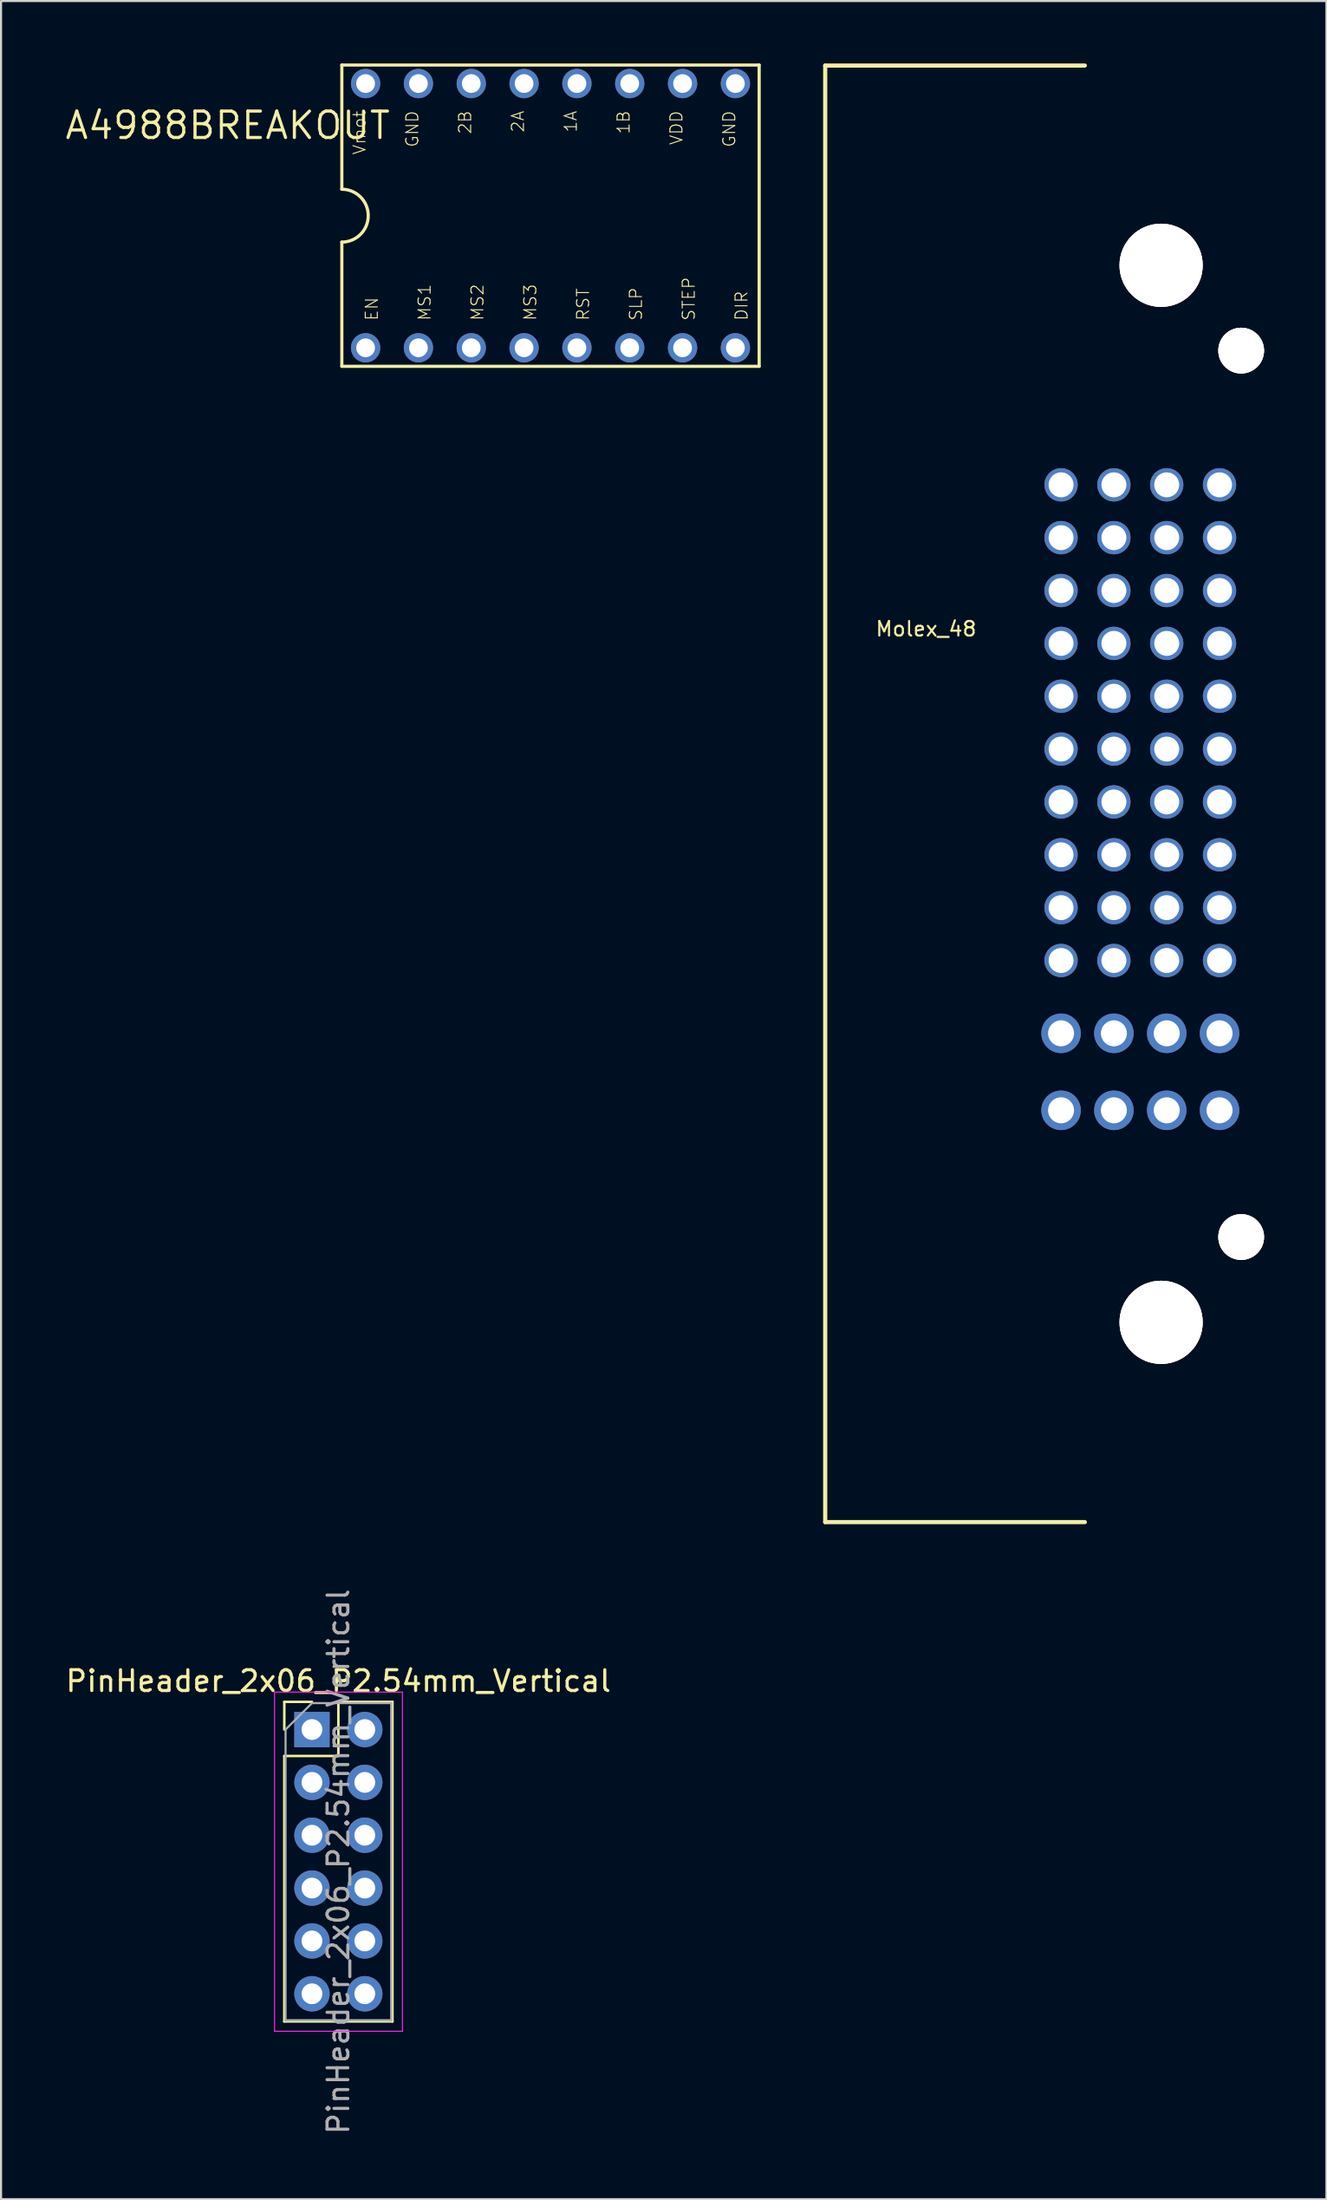
<source format=kicad_pcb>
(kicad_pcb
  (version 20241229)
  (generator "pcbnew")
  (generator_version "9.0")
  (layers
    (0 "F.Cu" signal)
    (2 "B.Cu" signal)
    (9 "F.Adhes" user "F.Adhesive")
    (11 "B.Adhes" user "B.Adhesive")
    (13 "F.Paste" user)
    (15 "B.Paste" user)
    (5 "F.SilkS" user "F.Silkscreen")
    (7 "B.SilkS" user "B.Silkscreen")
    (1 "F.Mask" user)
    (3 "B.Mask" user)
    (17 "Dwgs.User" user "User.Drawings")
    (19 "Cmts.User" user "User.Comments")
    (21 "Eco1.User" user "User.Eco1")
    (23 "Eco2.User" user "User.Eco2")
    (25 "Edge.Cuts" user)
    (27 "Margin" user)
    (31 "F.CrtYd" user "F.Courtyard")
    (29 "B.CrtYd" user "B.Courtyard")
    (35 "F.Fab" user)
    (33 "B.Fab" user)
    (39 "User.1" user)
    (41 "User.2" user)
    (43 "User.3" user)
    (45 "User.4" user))
  (footprint "Molex_48"
    (layer "F.Cu")
    (at 51.778 35.1)
    (property "Reference" "Molex_48" (at -10.3 -7.925 0) (layer "F.SilkS") (effects (font (size 0.7 0.7) (thickness 0.1))))
    (attr through_hole)
    (fp_line (start -15.15 -35) (end -15.15 35) (stroke (width 0.2) (type solid)) (layer "F.SilkS"))
    (fp_line (start -15.15 -35) (end -2.667 -35) (stroke (width 0.2) (type solid)) (layer "F.SilkS"))
    (fp_line (start -15.15 35) (end -2.667 35) (stroke (width 0.2) (type solid)) (layer "F.SilkS"))
    (pad "" thru_hole circle (at 1 -25.4) (size 4 4) (drill 4) (layers "*.Cu" "*.Mask" "F.SilkS"))
    (pad "" thru_hole circle (at 1 25.4) (size 4 4) (drill 4) (layers "*.Cu" "*.Mask" "F.SilkS"))
    (pad "" thru_hole circle (at 4.85 -21.3) (size 2.2 2.2) (drill 2.2) (layers "*.Cu" "*.Mask" "F.SilkS"))
    (pad "" thru_hole circle (at 4.85 21.3) (size 2.2 2.2) (drill 2.2) (layers "*.Cu" "*.Mask" "F.SilkS"))
    (pad "1" thru_hole circle (at -3.81 15.21) (size 1.9 1.9) (drill 1.25) (layers "*.Cu" "*.Mask"))
    (pad "2" thru_hole circle (at -1.27 15.21) (size 1.9 1.9) (drill 1.25) (layers "*.Cu" "*.Mask"))
    (pad "3" thru_hole circle (at 1.27 15.21) (size 1.9 1.9) (drill 1.25) (layers "*.Cu" "*.Mask"))
    (pad "4" thru_hole circle (at 3.81 15.21) (size 1.9 1.9) (drill 1.25) (layers "*.Cu" "*.Mask"))
    (pad "5" thru_hole circle (at -3.81 11.51) (size 1.9 1.9) (drill 1.25) (layers "*.Cu" "*.Mask"))
    (pad "6" thru_hole circle (at -1.27 11.51) (size 1.9 1.9) (drill 1.25) (layers "*.Cu" "*.Mask"))
    (pad "7" thru_hole circle (at 1.27 11.51) (size 1.9 1.9) (drill 1.25) (layers "*.Cu" "*.Mask"))
    (pad "8" thru_hole circle (at 3.81 11.51) (size 1.9 1.9) (drill 1.25) (layers "*.Cu" "*.Mask"))
    (pad "9" thru_hole circle (at -3.81 8.01) (size 1.6 1.6) (drill 1.2) (layers "*.Cu" "*.Mask"))
    (pad "10" thru_hole circle (at -1.27 8.01) (size 1.6 1.6) (drill 1.2) (layers "*.Cu" "*.Mask"))
    (pad "11" thru_hole circle (at 1.27 8.01) (size 1.6 1.6) (drill 1.2) (layers "*.Cu" "*.Mask"))
    (pad "12" thru_hole circle (at 3.81 8.01) (size 1.6 1.6) (drill 1.2) (layers "*.Cu" "*.Mask"))
    (pad "13" thru_hole circle (at -3.81 5.47) (size 1.6 1.6) (drill 1.2) (layers "*.Cu" "*.Mask"))
    (pad "14" thru_hole circle (at -1.27 5.47) (size 1.6 1.6) (drill 1.2) (layers "*.Cu" "*.Mask"))
    (pad "15" thru_hole circle (at 1.27 5.47) (size 1.6 1.6) (drill 1.2) (layers "*.Cu" "*.Mask"))
    (pad "16" thru_hole circle (at 3.81 5.47) (size 1.6 1.6) (drill 1.2) (layers "*.Cu" "*.Mask"))
    (pad "17" thru_hole circle (at -3.81 2.93) (size 1.6 1.6) (drill 1.2) (layers "*.Cu" "*.Mask"))
    (pad "18" thru_hole circle (at -1.27 2.93) (size 1.6 1.6) (drill 1.2) (layers "*.Cu" "*.Mask"))
    (pad "19" thru_hole circle (at 1.27 2.93) (size 1.6 1.6) (drill 1.2) (layers "*.Cu" "*.Mask"))
    (pad "20" thru_hole circle (at 3.81 2.93) (size 1.6 1.6) (drill 1.2) (layers "*.Cu" "*.Mask"))
    (pad "21" thru_hole circle (at -3.81 0.39) (size 1.6 1.6) (drill 1.2) (layers "*.Cu" "*.Mask"))
    (pad "22" thru_hole circle (at -1.27 0.39) (size 1.6 1.6) (drill 1.2) (layers "*.Cu" "*.Mask"))
    (pad "23" thru_hole circle (at 1.27 0.39) (size 1.6 1.6) (drill 1.2) (layers "*.Cu" "*.Mask"))
    (pad "24" thru_hole circle (at 3.81 0.39) (size 1.6 1.6) (drill 1.2) (layers "*.Cu" "*.Mask"))
    (pad "25" thru_hole circle (at -3.81 -2.15) (size 1.6 1.6) (drill 1.2) (layers "*.Cu" "*.Mask"))
    (pad "26" thru_hole circle (at -1.27 -2.15) (size 1.6 1.6) (drill 1.2) (layers "*.Cu" "*.Mask"))
    (pad "27" thru_hole circle (at 1.27 -2.15) (size 1.6 1.6) (drill 1.2) (layers "*.Cu" "*.Mask"))
    (pad "28" thru_hole circle (at 3.81 -2.15) (size 1.6 1.6) (drill 1.2) (layers "*.Cu" "*.Mask"))
    (pad "29" thru_hole circle (at -3.81 -4.69) (size 1.6 1.6) (drill 1.2) (layers "*.Cu" "*.Mask"))
    (pad "30" thru_hole circle (at -1.27 -4.69) (size 1.6 1.6) (drill 1.2) (layers "*.Cu" "*.Mask"))
    (pad "31" thru_hole circle (at 1.27 -4.69) (size 1.6 1.6) (drill 1.2) (layers "*.Cu" "*.Mask"))
    (pad "32" thru_hole circle (at 3.81 -4.69) (size 1.6 1.6) (drill 1.2) (layers "*.Cu" "*.Mask"))
    (pad "33" thru_hole circle (at -3.81 -7.23) (size 1.6 1.6) (drill 1.2) (layers "*.Cu" "*.Mask"))
    (pad "34" thru_hole circle (at -1.27 -7.23) (size 1.6 1.6) (drill 1.2) (layers "*.Cu" "*.Mask"))
    (pad "35" thru_hole circle (at 1.27 -7.23) (size 1.6 1.6) (drill 1.2) (layers "*.Cu" "*.Mask"))
    (pad "36" thru_hole circle (at 3.81 -7.23) (size 1.6 1.6) (drill 1.2) (layers "*.Cu" "*.Mask"))
    (pad "37" thru_hole circle (at -3.81 -9.77) (size 1.6 1.6) (drill 1.2) (layers "*.Cu" "*.Mask"))
    (pad "38" thru_hole circle (at -1.27 -9.77) (size 1.6 1.6) (drill 1.2) (layers "*.Cu" "*.Mask"))
    (pad "39" thru_hole circle (at 1.27 -9.77) (size 1.6 1.6) (drill 1.2) (layers "*.Cu" "*.Mask"))
    (pad "40" thru_hole circle (at 3.81 -9.77) (size 1.6 1.6) (drill 1.2) (layers "*.Cu" "*.Mask"))
    (pad "41" thru_hole circle (at -3.81 -12.31) (size 1.6 1.6) (drill 1.2) (layers "*.Cu" "*.Mask"))
    (pad "42" thru_hole circle (at -1.27 -12.31) (size 1.6 1.6) (drill 1.2) (layers "*.Cu" "*.Mask"))
    (pad "43" thru_hole circle (at 1.27 -12.31) (size 1.6 1.6) (drill 1.2) (layers "*.Cu" "*.Mask"))
    (pad "44" thru_hole circle (at 3.81 -12.31) (size 1.6 1.6) (drill 1.2) (layers "*.Cu" "*.Mask"))
    (pad "45" thru_hole circle (at -3.81 -14.85) (size 1.6 1.6) (drill 1.2) (layers "*.Cu" "*.Mask"))
    (pad "46" thru_hole circle (at -1.27 -14.85) (size 1.6 1.6) (drill 1.2) (layers "*.Cu" "*.Mask"))
    (pad "47" thru_hole circle (at 1.27 -14.85) (size 1.6 1.6) (drill 1.2) (layers "*.Cu" "*.Mask"))
    (pad "48" thru_hole circle (at 3.81 -14.85) (size 1.6 1.6) (drill 1.2) (layers "*.Cu" "*.Mask")))
  (footprint "A4988BREAKOUT"
    (layer "F.Cu")
    (at 15.799 2.235)
    (property "Reference" "A4988BREAKOUT" (at 0 0 0) (layer "F.SilkS") (effects (font (size 1.27 1.27) (thickness 0.15)) (justify right top)))
    (attr through_hole)
    (fp_line (start -2.413 -2.159) (end -2.413 3.81) (stroke (width 0.152) (type solid)) (layer "F.SilkS"))
    (fp_line (start -2.413 -2.159) (end 17.653 -2.159) (stroke (width 0.152) (type solid)) (layer "F.SilkS"))
    (fp_line (start -2.413 6.35) (end -2.413 12.319) (stroke (width 0.152) (type solid)) (layer "F.SilkS"))
    (fp_line (start -2.413 12.319) (end 17.653 12.319) (stroke (width 0.152) (type solid)) (layer "F.SilkS"))
    (fp_line (start 17.653 12.319) (end 17.653 -2.159) (stroke (width 0.152) (type solid)) (layer "F.SilkS"))
    (fp_arc (start -2.413 3.81) (mid -1.143 5.08) (end -2.413 6.35) (stroke (width 0.1524) (type solid)) (layer "F.SilkS"))
    (fp_text user "SLP" (at 12.065 10.16 90) (layer "F.SilkS") (effects (font (size 0.579 0.579) (thickness 0.049)) (justify left bottom)))
    (fp_text user "MS2" (at 4.445 10.16 90) (layer "F.SilkS") (effects (font (size 0.579 0.579) (thickness 0.049)) (justify left bottom)))
    (fp_text user "RST" (at 9.525 10.16 90) (layer "F.SilkS") (effects (font (size 0.579 0.579) (thickness 0.049)) (justify left bottom)))
    (fp_text user "STEP" (at 14.605 10.16 90) (layer "F.SilkS") (effects (font (size 0.579 0.579) (thickness 0.049)) (justify left bottom)))
    (fp_text user "2B" (at 3.175 0 90) (layer "F.SilkS") (effects (font (size 0.579 0.579) (thickness 0.049)) (justify right top)))
    (fp_text user "VDD" (at 13.335 0 90) (layer "F.SilkS") (effects (font (size 0.579 0.579) (thickness 0.049)) (justify right top)))
    (fp_text user "GND" (at 0.635 0 90) (layer "F.SilkS") (effects (font (size 0.579 0.579) (thickness 0.049)) (justify right top)))
    (fp_text user "1A" (at 8.255 0 90) (layer "F.SilkS") (effects (font (size 0.579 0.579) (thickness 0.049)) (justify right top)))
    (fp_text user "MS3" (at 6.985 10.16 90) (layer "F.SilkS") (effects (font (size 0.579 0.579) (thickness 0.049)) (justify left bottom)))
    (fp_text user "MS1" (at 1.905 10.16 90) (layer "F.SilkS") (effects (font (size 0.579 0.579) (thickness 0.049)) (justify left bottom)))
    (fp_text user "1B" (at 10.795 0 90) (layer "F.SilkS") (effects (font (size 0.579 0.579) (thickness 0.049)) (justify right top)))
    (fp_text user "EN" (at -0.635 10.16 90) (layer "F.SilkS") (effects (font (size 0.579 0.579) (thickness 0.049)) (justify left bottom)))
    (fp_text user "Vmot" (at -1.905 0 90) (layer "F.SilkS") (effects (font (size 0.579 0.579) (thickness 0.049)) (justify right top)))
    (fp_text user "2A" (at 5.715 0 90) (layer "F.SilkS") (effects (font (size 0.579 0.579) (thickness 0.049)) (justify right top)))
    (fp_text user "GND" (at 15.875 0 90) (layer "F.SilkS") (effects (font (size 0.579 0.579) (thickness 0.049)) (justify right top)))
    (fp_text user "DIR" (at 17.145 10.16 90) (layer "F.SilkS") (effects (font (size 0.579 0.579) (thickness 0.049)) (justify left bottom)))
    (pad "1A" thru_hole circle (at 8.89 -1.27 90) (size 1.408 1.408) (drill 0.9) (layers "*.Cu" "*.Mask"))
    (pad "1B" thru_hole circle (at 11.43 -1.27 90) (size 1.408 1.408) (drill 0.9) (layers "*.Cu" "*.Mask"))
    (pad "2A" thru_hole circle (at 6.35 -1.27 90) (size 1.408 1.408) (drill 0.9) (layers "*.Cu" "*.Mask"))
    (pad "2B" thru_hole circle (at 3.81 -1.27 90) (size 1.408 1.408) (drill 0.9) (layers "*.Cu" "*.Mask"))
    (pad "DIR" thru_hole circle (at 16.51 11.43 90) (size 1.408 1.408) (drill 0.9) (layers "*.Cu" "*.Mask"))
    (pad "EN" thru_hole circle (at -1.27 11.43 90) (size 1.408 1.408) (drill 0.9) (layers "*.Cu" "*.Mask"))
    (pad "GND" thru_hole circle (at 16.51 -1.27 90) (size 1.408 1.408) (drill 0.9) (layers "*.Cu" "*.Mask"))
    (pad "GND@0" thru_hole circle (at 1.27 -1.27 90) (size 1.408 1.408) (drill 0.9) (layers "*.Cu" "*.Mask"))
    (pad "MS1" thru_hole circle (at 1.27 11.43 90) (size 1.408 1.408) (drill 0.9) (layers "*.Cu" "*.Mask"))
    (pad "MS2" thru_hole circle (at 3.81 11.43 90) (size 1.408 1.408) (drill 0.9) (layers "*.Cu" "*.Mask"))
    (pad "MS3" thru_hole circle (at 6.35 11.43 90) (size 1.408 1.408) (drill 0.9) (layers "*.Cu" "*.Mask"))
    (pad "RST" thru_hole circle (at 8.89 11.43 90) (size 1.408 1.408) (drill 0.9) (layers "*.Cu" "*.Mask"))
    (pad "SLP" thru_hole circle (at 11.43 11.43 90) (size 1.408 1.408) (drill 0.9) (layers "*.Cu" "*.Mask"))
    (pad "STEP" thru_hole circle (at 13.97 11.43 90) (size 1.408 1.408) (drill 0.9) (layers "*.Cu" "*.Mask"))
    (pad "VDD" thru_hole circle (at 13.97 -1.27 90) (size 1.408 1.408) (drill 0.9) (layers "*.Cu" "*.Mask"))
    (pad "VMOT" thru_hole circle (at -1.27 -1.27 90) (size 1.408 1.408) (drill 0.9) (layers "*.Cu" "*.Mask")))
  (footprint "PinHeader_2x06_P2.54mm_Vertical"
    (layer "F.Cu")
    (at 11.95 80.07)
    (property "Reference" "PinHeader_2x06_P2.54mm_Vertical" (at 1.27 -2.33 0) (layer "F.SilkS") (effects (font (size 1 1) (thickness 0.15))))
    (attr through_hole)
    (fp_line (start -1.33 -1.33) (end 0 -1.33) (stroke (width 0.12) (type solid)) (layer "F.SilkS"))
    (fp_line (start -1.33 0) (end -1.33 -1.33) (stroke (width 0.12) (type solid)) (layer "F.SilkS"))
    (fp_line (start -1.33 1.27) (end -1.33 14.03) (stroke (width 0.12) (type solid)) (layer "F.SilkS"))
    (fp_line (start -1.33 1.27) (end 1.27 1.27) (stroke (width 0.12) (type solid)) (layer "F.SilkS"))
    (fp_line (start -1.33 14.03) (end 3.87 14.03) (stroke (width 0.12) (type solid)) (layer "F.SilkS"))
    (fp_line (start 1.27 -1.33) (end 3.87 -1.33) (stroke (width 0.12) (type solid)) (layer "F.SilkS"))
    (fp_line (start 1.27 1.27) (end 1.27 -1.33) (stroke (width 0.12) (type solid)) (layer "F.SilkS"))
    (fp_line (start 3.87 -1.33) (end 3.87 14.03) (stroke (width 0.12) (type solid)) (layer "F.SilkS"))
    (fp_line (start -1.8 -1.8) (end -1.8 14.5) (stroke (width 0.05) (type solid)) (layer "F.CrtYd"))
    (fp_line (start -1.8 14.5) (end 4.35 14.5) (stroke (width 0.05) (type solid)) (layer "F.CrtYd"))
    (fp_line (start 4.35 -1.8) (end -1.8 -1.8) (stroke (width 0.05) (type solid)) (layer "F.CrtYd"))
    (fp_line (start 4.35 14.5) (end 4.35 -1.8) (stroke (width 0.05) (type solid)) (layer "F.CrtYd"))
    (fp_line (start -1.27 0) (end 0 -1.27) (stroke (width 0.1) (type solid)) (layer "F.Fab"))
    (fp_line (start -1.27 13.97) (end -1.27 0) (stroke (width 0.1) (type solid)) (layer "F.Fab"))
    (fp_line (start 0 -1.27) (end 3.81 -1.27) (stroke (width 0.1) (type solid)) (layer "F.Fab"))
    (fp_line (start 3.81 -1.27) (end 3.81 13.97) (stroke (width 0.1) (type solid)) (layer "F.Fab"))
    (fp_line (start 3.81 13.97) (end -1.27 13.97) (stroke (width 0.1) (type solid)) (layer "F.Fab"))
    (fp_text user "${REFERENCE}" (at 1.27 6.35 90) (layer "F.Fab") (effects (font (size 1 1) (thickness 0.15))))
    (pad "1" thru_hole rect (at 0 0) (size 1.7 1.7) (drill 1) (layers "*.Cu" "*.Mask"))
    (pad "2" thru_hole oval (at 2.54 0) (size 1.7 1.7) (drill 1) (layers "*.Cu" "*.Mask"))
    (pad "3" thru_hole oval (at 0 2.54) (size 1.7 1.7) (drill 1) (layers "*.Cu" "*.Mask"))
    (pad "4" thru_hole oval (at 2.54 2.54) (size 1.7 1.7) (drill 1) (layers "*.Cu" "*.Mask"))
    (pad "5" thru_hole oval (at 0 5.08) (size 1.7 1.7) (drill 1) (layers "*.Cu" "*.Mask"))
    (pad "6" thru_hole oval (at 2.54 5.08) (size 1.7 1.7) (drill 1) (layers "*.Cu" "*.Mask"))
    (pad "7" thru_hole oval (at 0 7.62) (size 1.7 1.7) (drill 1) (layers "*.Cu" "*.Mask"))
    (pad "8" thru_hole oval (at 2.54 7.62) (size 1.7 1.7) (drill 1) (layers "*.Cu" "*.Mask"))
    (pad "9" thru_hole oval (at 0 10.16) (size 1.7 1.7) (drill 1) (layers "*.Cu" "*.Mask"))
    (pad "10" thru_hole oval (at 2.54 10.16) (size 1.7 1.7) (drill 1) (layers "*.Cu" "*.Mask"))
    (pad "11" thru_hole oval (at 0 12.7) (size 1.7 1.7) (drill 1) (layers "*.Cu" "*.Mask"))
    (pad "12" thru_hole oval (at 2.54 12.7) (size 1.7 1.7) (drill 1) (layers "*.Cu" "*.Mask")))
  (gr_rect
    (start -3 -3)
    (end 60.728 102.64)
    (stroke (width 0.1) (type default))
    (fill no)
    (layer "Edge.Cuts")))
</source>
